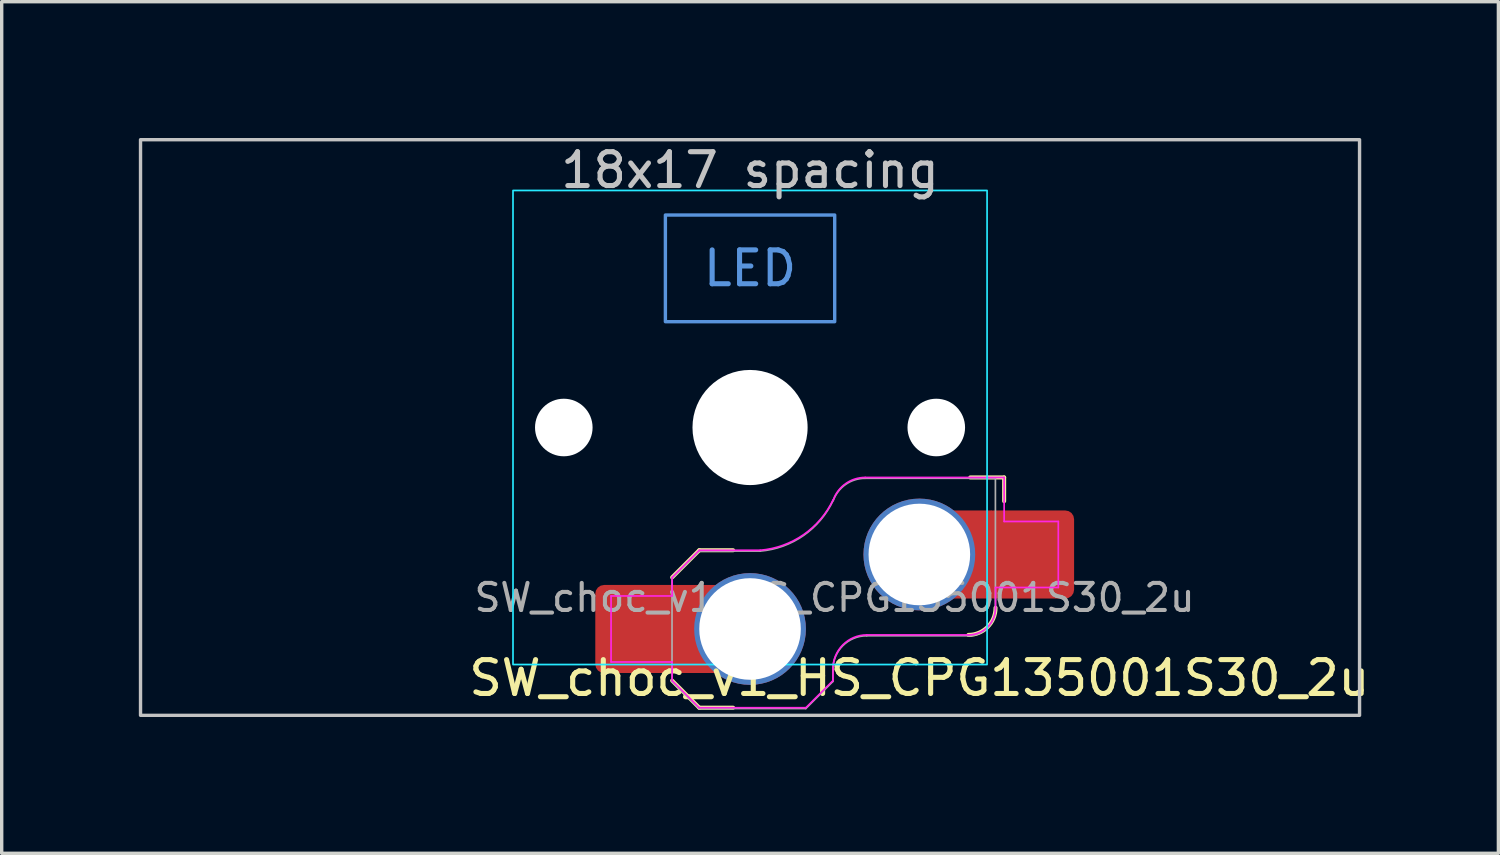
<source format=kicad_pcb>
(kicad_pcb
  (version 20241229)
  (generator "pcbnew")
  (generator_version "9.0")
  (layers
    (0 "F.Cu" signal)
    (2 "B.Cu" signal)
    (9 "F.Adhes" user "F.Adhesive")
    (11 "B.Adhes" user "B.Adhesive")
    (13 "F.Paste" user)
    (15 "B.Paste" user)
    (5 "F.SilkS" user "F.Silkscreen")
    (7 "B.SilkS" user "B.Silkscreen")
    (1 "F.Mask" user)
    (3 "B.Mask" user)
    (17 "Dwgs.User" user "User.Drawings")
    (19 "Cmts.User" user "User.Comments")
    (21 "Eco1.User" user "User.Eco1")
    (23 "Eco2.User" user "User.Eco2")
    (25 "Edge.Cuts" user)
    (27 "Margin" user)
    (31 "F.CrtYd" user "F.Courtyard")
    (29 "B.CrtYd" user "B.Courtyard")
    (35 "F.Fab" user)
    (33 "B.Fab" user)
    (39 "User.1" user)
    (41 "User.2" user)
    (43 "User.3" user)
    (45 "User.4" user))
  (footprint "SW_choc_v1_HS_CPG135001S30_2u"
    (layer "F.Cu")
    (at 19.1 9.575)
    (property "Reference" "SW_choc_v1_HS_CPG135001S30_2u" (at 5 7.4 180) (layer "F.SilkS") (effects (font (size 1 1) (thickness 0.15))))
    (attr smd)
    (fp_line (start -2.3 7.475) (end -1.5 8.275) (stroke (width 0.12) (type solid)) (layer "F.SilkS"))
    (fp_line (start -1.5 3.625) (end -2.3 4.425) (stroke (width 0.12) (type solid)) (layer "F.SilkS"))
    (fp_line (start -1.5 3.625) (end -0.5 3.625) (stroke (width 0.12) (type solid)) (layer "F.SilkS"))
    (fp_line (start -1.5 8.275) (end -0.5 8.275) (stroke (width 0.12) (type solid)) (layer "F.SilkS"))
    (fp_line (start 7.504 1.475) (end 6.504 1.475) (stroke (width 0.12) (type solid)) (layer "F.SilkS"))
    (fp_line (start 7.504 1.475) (end 7.504 2.175) (stroke (width 0.12) (type solid)) (layer "F.SilkS"))
    (fp_arc (start 7.25 5.325) (mid 7.015685 5.890685) (end 6.45 6.125) (stroke (width 0.12) (type solid)) (layer "F.SilkS"))
    (fp_rect (start -18 -8.5) (end 18 8.5) (stroke (width 0.1) (type default)) (fill no) (layer "Dwgs.User"))
    (fp_rect (start -2.5 -6.275) (end 2.5 -3.125) (stroke (width 0.1) (type default)) (fill no) (layer "Cmts.User"))
    (fp_rect (start -19.05 -9.525) (end 19.05 9.525) (stroke (width 0.1) (type default)) (fill no) (layer "Eco1.User"))
    (fp_line (start -6.95 -6.45) (end -6.95 6.45) (stroke (width 0.05) (type solid)) (layer "Eco2.User"))
    (fp_line (start -6.45 6.95) (end 6.45 6.95) (stroke (width 0.05) (type solid)) (layer "Eco2.User"))
    (fp_line (start 6.45 -6.95) (end -6.45 -6.95) (stroke (width 0.05) (type solid)) (layer "Eco2.User"))
    (fp_line (start 6.95 6.45) (end 6.95 -6.45) (stroke (width 0.05) (type solid)) (layer "Eco2.User"))
    (fp_arc (start -6.95 -6.45) (mid -6.803553 -6.803553) (end -6.45 -6.95) (stroke (width 0.05) (type solid)) (layer "Eco2.User"))
    (fp_arc (start -6.45 6.95) (mid -6.803553 6.803553) (end -6.95 6.45) (stroke (width 0.05) (type solid)) (layer "Eco2.User"))
    (fp_arc (start 6.45 -6.95) (mid 6.803553 -6.803553) (end 6.95 -6.45) (stroke (width 0.05) (type solid)) (layer "Eco2.User"))
    (fp_arc (start 6.95 6.45) (mid 6.803553 6.803553) (end 6.45 6.95) (stroke (width 0.05) (type solid)) (layer "Eco2.User"))
    (fp_rect (start -7 -7) (end 7 7) (stroke (width 0.05) (type default)) (fill no) (layer "B.CrtYd"))
    (fp_line (start -4.104 4.975) (end -4.104 6.925) (stroke (width 0.05) (type solid)) (layer "F.CrtYd"))
    (fp_line (start -4.104 4.975) (end -2.3 4.975) (stroke (width 0.05) (type solid)) (layer "F.CrtYd"))
    (fp_line (start -4.104 6.925) (end -2.3 6.925) (stroke (width 0.05) (type solid)) (layer "F.CrtYd"))
    (fp_line (start -2.3 4.975) (end -2.3 4.425) (stroke (width 0.05) (type solid)) (layer "F.CrtYd"))
    (fp_line (start -2.3 7.475) (end -2.3 6.925) (stroke (width 0.05) (type solid)) (layer "F.CrtYd"))
    (fp_line (start -2.3 7.475) (end -1.5 8.275) (stroke (width 0.05) (type solid)) (layer "F.CrtYd"))
    (fp_line (start -1.5 3.625) (end -2.3 4.425) (stroke (width 0.05) (type solid)) (layer "F.CrtYd"))
    (fp_line (start -1.5 3.625) (end 0.3 3.625) (stroke (width 0.05) (type solid)) (layer "F.CrtYd"))
    (fp_line (start -1.5 8.275) (end 1.65 8.275) (stroke (width 0.05) (type solid)) (layer "F.CrtYd"))
    (fp_line (start 2.45 7.475) (end 1.65 8.275) (stroke (width 0.05) (type solid)) (layer "F.CrtYd"))
    (fp_line (start 2.45 7.475) (end 2.45 7.125) (stroke (width 0.05) (type solid)) (layer "F.CrtYd"))
    (fp_line (start 3.45 6.125) (end 6.45 6.125) (stroke (width 0.05) (type solid)) (layer "F.CrtYd"))
    (fp_line (start 7.25 4.725) (end 9.104 4.725) (stroke (width 0.05) (type solid)) (layer "F.CrtYd"))
    (fp_line (start 7.25 5.325) (end 7.25 4.725) (stroke (width 0.05) (type solid)) (layer "F.CrtYd"))
    (fp_line (start 7.504 1.475) (end 3.4 1.475) (stroke (width 0.05) (type solid)) (layer "F.CrtYd"))
    (fp_line (start 7.504 1.475) (end 7.504 2.175) (stroke (width 0.05) (type solid)) (layer "F.CrtYd"))
    (fp_line (start 7.504 2.175) (end 7.504 2.775) (stroke (width 0.05) (type solid)) (layer "F.CrtYd"))
    (fp_line (start 9.104 2.775) (end 7.504 2.775) (stroke (width 0.05) (type solid)) (layer "F.CrtYd"))
    (fp_line (start 9.104 4.725) (end 9.104 2.775) (stroke (width 0.05) (type solid)) (layer "F.CrtYd"))
    (fp_arc (start 2.45 7.125) (mid 2.742893 6.417893) (end 3.45 6.125) (stroke (width 0.05) (type solid)) (layer "F.CrtYd"))
    (fp_arc (start 2.455444 2.13293) (mid 1.577272 3.167235) (end 0.299999 3.624999) (stroke (width 0.05) (type solid)) (layer "F.CrtYd"))
    (fp_arc (start 2.460307 2.13298) (mid 2.826423 1.655848) (end 3.4 1.475) (stroke (width 0.05) (type solid)) (layer "F.CrtYd"))
    (fp_arc (start 7.25 5.325) (mid 7.015685 5.890685) (end 6.45 6.125) (stroke (width 0.05) (type solid)) (layer "F.CrtYd"))
    (fp_line (start -2.304 7.5) (end -2.304 4.45) (stroke (width 0.05) (type solid)) (layer "F.Fab"))
    (fp_line (start -2.304 7.5) (end -1.504 8.3) (stroke (width 0.05) (type solid)) (layer "F.Fab"))
    (fp_line (start -1.504 3.65) (end -2.304 4.45) (stroke (width 0.05) (type solid)) (layer "F.Fab"))
    (fp_line (start -1.504 3.65) (end 0.296 3.65) (stroke (width 0.05) (type solid)) (layer "F.Fab"))
    (fp_line (start -1.504 8.3) (end 1.646 8.3) (stroke (width 0.05) (type solid)) (layer "F.Fab"))
    (fp_line (start 2.446 7.5) (end 1.646 8.3) (stroke (width 0.05) (type solid)) (layer "F.Fab"))
    (fp_line (start 2.446 7.5) (end 2.446 7.15) (stroke (width 0.05) (type solid)) (layer "F.Fab"))
    (fp_line (start 3.446 6.15) (end 6.446 6.15) (stroke (width 0.05) (type solid)) (layer "F.Fab"))
    (fp_line (start 7.246 1.5) (end 3.396 1.5) (stroke (width 0.05) (type solid)) (layer "F.Fab"))
    (fp_line (start 7.246 5.35) (end 7.246 1.5) (stroke (width 0.05) (type solid)) (layer "F.Fab"))
    (fp_arc (start 2.446 7.15) (mid 2.738893 6.442893) (end 3.446 6.15) (stroke (width 0.05) (type solid)) (layer "F.Fab"))
    (fp_arc (start 2.451444 2.15793) (mid 1.573272 3.192235) (end 0.295999 3.649999) (stroke (width 0.05) (type solid)) (layer "F.Fab"))
    (fp_arc (start 2.456307 2.15798) (mid 2.822423 1.680848) (end 3.396 1.5) (stroke (width 0.05) (type solid)) (layer "F.Fab"))
    (fp_arc (start 7.246 5.35) (mid 7.011685 5.915685) (end 6.446 6.15) (stroke (width 0.05) (type solid)) (layer "F.Fab"))
    (fp_text user "18x17 spacing" (at 0 -7.6 180) (layer "Dwgs.User") (effects (font (size 1 1) (thickness 0.15))))
    (fp_text user "LED" (at 0 -4.7 0) (unlocked yes) (layer "Cmts.User") (effects (font (size 1 1) (thickness 0.15))))
    (fp_text user "19.05 spacing" (at 0 -8.7 180) (layer "Eco1.User") (effects (font (size 1 1) (thickness 0.15))))
    (fp_text user "${REFERENCE}" (at 2.496 5.025 0) (layer "F.Fab") (effects (font (size 0.8 0.8) (thickness 0.12))))
    (pad "" np_thru_hole circle (at -5.5 0 180) (size 1.7 1.7) (drill 1.7) (layers "*.Cu" "*.Mask"))
    (pad "" np_thru_hole circle (at 0 0 180) (size 3.4 3.4) (drill 3.4) (layers "*.Cu" "*.Mask"))
    (pad "" np_thru_hole circle (at 5.5 0 180) (size 1.7 1.7) (drill 1.7) (layers "*.Cu" "*.Mask"))
    (pad "1" thru_hole circle (at 5 3.75) (size 3.3 3.3) (drill 3) (layers "*.Cu" "F.Mask"))
    (pad "1" smd rect (at 6.55 3.75) (size 1.2 2.6) (layers "F.Cu"))
    (pad "1" smd roundrect (at 8.245 3.75) (size 2.65 2.6) (layers "F.Cu" "F.Mask" "F.Paste") (roundrect_rratio 0.1))
    (pad "2" smd roundrect (at -3.245 5.95) (size 2.65 2.6) (layers "F.Cu" "F.Mask" "F.Paste") (roundrect_rratio 0.1))
    (pad "2" smd rect (at -1.55 5.95 180) (size 1.2 2.6) (layers "F.Cu"))
    (pad "2" thru_hole circle (at 0 5.95) (size 3.3 3.3) (drill 3) (layers "*.Cu" "F.Mask")))
  (gr_rect
    (start -3 -3)
    (end 41.2 22.15)
    (stroke (width 0.1) (type default))
    (fill no)
    (layer "Edge.Cuts")))
</source>
